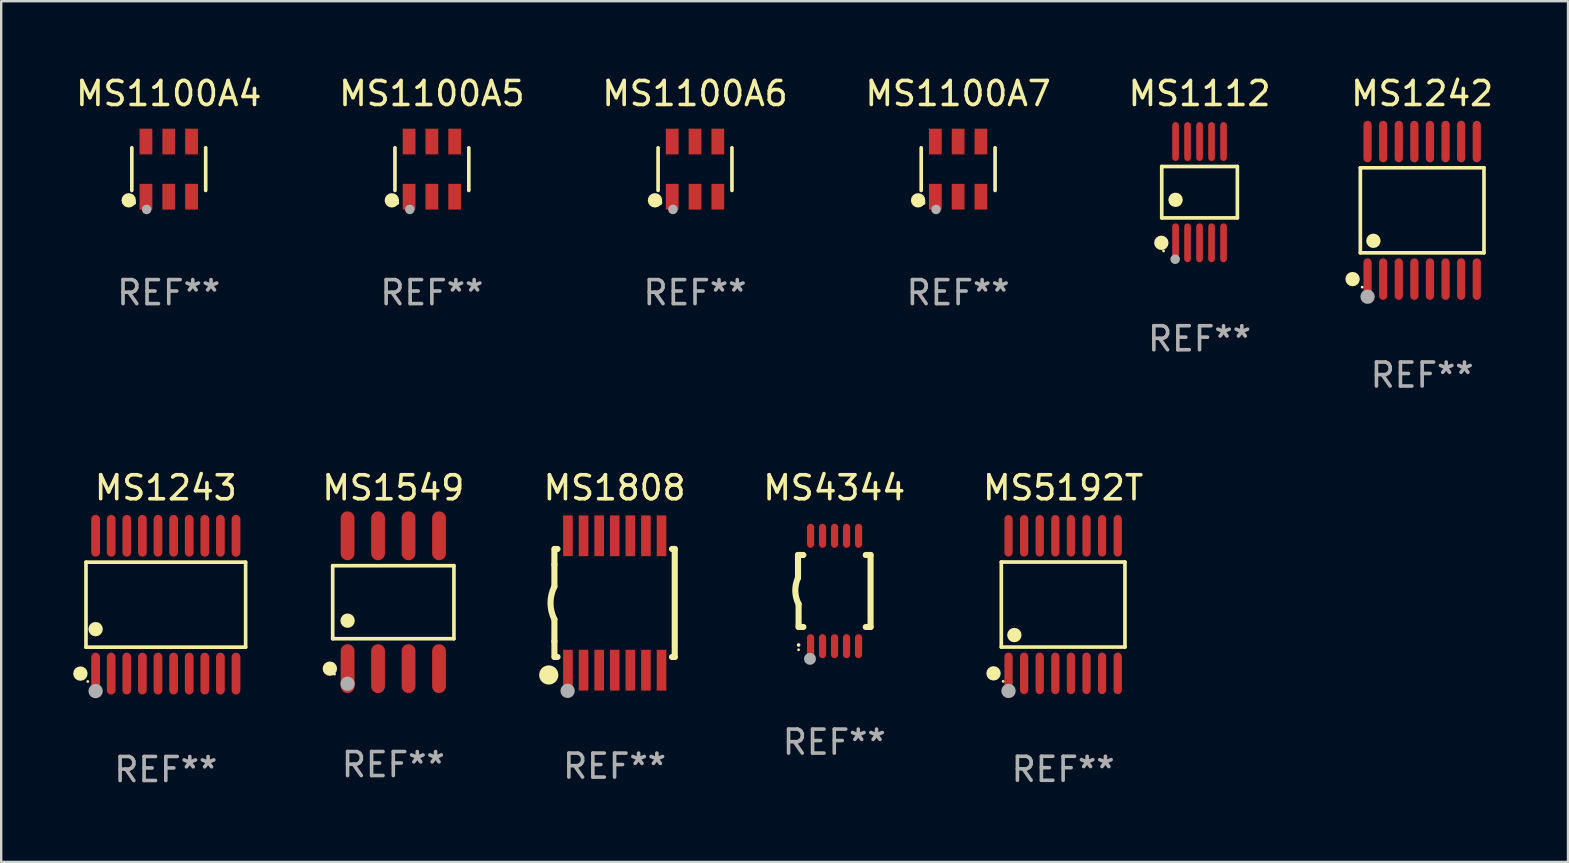
<source format=kicad_pcb>
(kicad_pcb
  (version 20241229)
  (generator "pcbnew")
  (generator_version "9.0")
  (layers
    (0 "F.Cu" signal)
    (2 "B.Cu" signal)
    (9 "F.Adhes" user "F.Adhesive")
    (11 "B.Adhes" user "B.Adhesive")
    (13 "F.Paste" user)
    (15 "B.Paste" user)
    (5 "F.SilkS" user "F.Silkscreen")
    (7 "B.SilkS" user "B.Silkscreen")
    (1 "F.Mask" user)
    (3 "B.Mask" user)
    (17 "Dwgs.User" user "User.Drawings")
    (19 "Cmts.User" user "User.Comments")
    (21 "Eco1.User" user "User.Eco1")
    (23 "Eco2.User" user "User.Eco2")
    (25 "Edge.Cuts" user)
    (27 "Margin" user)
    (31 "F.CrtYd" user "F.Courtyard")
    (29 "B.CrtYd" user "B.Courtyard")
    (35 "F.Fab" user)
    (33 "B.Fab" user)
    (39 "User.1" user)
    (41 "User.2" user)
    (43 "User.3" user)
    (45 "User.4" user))
  (footprint "MS1549"
    (layer "F.Cu")
    (at 13.339 22.044)
    (property "Reference" "MS1549" (at 0 -4.768 0) (layer "F.SilkS") (effects (font (size 1 1) (thickness 0.15))))
    (attr through_hole)
    (fp_line (start -2.526 -1.521) (end 2.526 -1.521) (stroke (width 0.152) (type solid)) (layer "F.SilkS"))
    (fp_line (start -2.526 1.521) (end -2.526 -1.521) (stroke (width 0.152) (type solid)) (layer "F.SilkS"))
    (fp_line (start 2.526 -1.521) (end 2.526 1.521) (stroke (width 0.152) (type solid)) (layer "F.SilkS"))
    (fp_line (start 2.526 1.521) (end -2.526 1.521) (stroke (width 0.152) (type solid)) (layer "F.SilkS"))
    (fp_circle (center -2.644 2.768) (end -2.494 2.768) (stroke (width 0.3) (type solid)) (fill no) (layer "F.SilkS"))
    (fp_circle (center -2.45 2.998) (end -2.42 2.998) (stroke (width 0.06) (type solid)) (fill no) (layer "F.SilkS"))
    (fp_circle (center -1.905 0.769) (end -1.755 0.769) (stroke (width 0.3) (type solid)) (fill no) (layer "F.SilkS"))
    (fp_circle (center -1.905 3.398) (end -1.755 3.398) (stroke (width 0.3) (type solid)) (fill no) (layer "F.Fab"))
    (fp_text user "REF**" (at 0 6.768 0) (layer "F.Fab") (effects (font (size 1 1) (thickness 0.15))))
    (pad "1" smd oval (at -1.905 2.768) (size 0.574 2.036) (layers "F.Cu" "F.Mask" "F.Paste"))
    (pad "2" smd oval (at -0.635 2.768) (size 0.574 2.036) (layers "F.Cu" "F.Mask" "F.Paste"))
    (pad "3" smd oval (at 0.635 2.768) (size 0.574 2.036) (layers "F.Cu" "F.Mask" "F.Paste"))
    (pad "4" smd oval (at 1.905 2.768) (size 0.574 2.036) (layers "F.Cu" "F.Mask" "F.Paste"))
    (pad "5" smd oval (at 1.905 -2.768) (size 0.574 2.036) (layers "F.Cu" "F.Mask" "F.Paste"))
    (pad "6" smd oval (at 0.635 -2.768) (size 0.574 2.036) (layers "F.Cu" "F.Mask" "F.Paste"))
    (pad "7" smd oval (at -0.635 -2.768) (size 0.574 2.036) (layers "F.Cu" "F.Mask" "F.Paste"))
    (pad "8" smd oval (at -1.905 -2.768) (size 0.574 2.036) (layers "F.Cu" "F.Mask" "F.Paste")))
  (footprint "MS1242"
    (layer "F.Cu")
    (at 56.211 5.714)
    (property "Reference" "MS1242" (at 0 -4.866 0) (layer "F.SilkS") (effects (font (size 1 1) (thickness 0.15))))
    (attr through_hole)
    (fp_line (start -2.576 -1.772) (end 2.576 -1.772) (stroke (width 0.152) (type solid)) (layer "F.SilkS"))
    (fp_line (start -2.576 1.771) (end -2.576 -1.772) (stroke (width 0.152) (type solid)) (layer "F.SilkS"))
    (fp_line (start 2.576 -1.772) (end 2.576 1.771) (stroke (width 0.152) (type solid)) (layer "F.SilkS"))
    (fp_line (start 2.576 1.771) (end -2.576 1.771) (stroke (width 0.152) (type solid)) (layer "F.SilkS"))
    (fp_circle (center -2.899 2.866) (end -2.749 2.866) (stroke (width 0.3) (type solid)) (fill no) (layer "F.SilkS"))
    (fp_circle (center -2.5 3.2) (end -2.47 3.2) (stroke (width 0.06) (type solid)) (fill no) (layer "F.SilkS"))
    (fp_circle (center -2.032 1.27) (end -1.882 1.27) (stroke (width 0.3) (type solid)) (fill no) (layer "F.SilkS"))
    (fp_circle (center -2.275 3.6) (end -2.125 3.6) (stroke (width 0.3) (type solid)) (fill no) (layer "F.Fab"))
    (fp_text user "REF**" (at 0 6.866 0) (layer "F.Fab") (effects (font (size 1 1) (thickness 0.15))))
    (pad "1" smd oval (at -2.275 2.866) (size 0.343 1.731) (layers "F.Cu" "F.Mask" "F.Paste"))
    (pad "2" smd oval (at -1.625 2.866) (size 0.343 1.731) (layers "F.Cu" "F.Mask" "F.Paste"))
    (pad "3" smd oval (at -0.975 2.866) (size 0.343 1.731) (layers "F.Cu" "F.Mask" "F.Paste"))
    (pad "4" smd oval (at -0.325 2.866) (size 0.343 1.731) (layers "F.Cu" "F.Mask" "F.Paste"))
    (pad "5" smd oval (at 0.325 2.866) (size 0.343 1.731) (layers "F.Cu" "F.Mask" "F.Paste"))
    (pad "6" smd oval (at 0.975 2.866) (size 0.343 1.731) (layers "F.Cu" "F.Mask" "F.Paste"))
    (pad "7" smd oval (at 1.625 2.866) (size 0.343 1.731) (layers "F.Cu" "F.Mask" "F.Paste"))
    (pad "8" smd oval (at 2.275 2.866) (size 0.343 1.731) (layers "F.Cu" "F.Mask" "F.Paste"))
    (pad "9" smd oval (at 2.275 -2.866) (size 0.343 1.731) (layers "F.Cu" "F.Mask" "F.Paste"))
    (pad "10" smd oval (at 1.625 -2.866) (size 0.343 1.731) (layers "F.Cu" "F.Mask" "F.Paste"))
    (pad "11" smd oval (at 0.975 -2.866) (size 0.343 1.731) (layers "F.Cu" "F.Mask" "F.Paste"))
    (pad "12" smd oval (at 0.325 -2.866) (size 0.343 1.731) (layers "F.Cu" "F.Mask" "F.Paste"))
    (pad "13" smd oval (at -0.325 -2.866) (size 0.343 1.731) (layers "F.Cu" "F.Mask" "F.Paste"))
    (pad "14" smd oval (at -0.975 -2.866) (size 0.343 1.731) (layers "F.Cu" "F.Mask" "F.Paste"))
    (pad "15" smd oval (at -1.625 -2.866) (size 0.343 1.731) (layers "F.Cu" "F.Mask" "F.Paste"))
    (pad "16" smd oval (at -2.275 -2.866) (size 0.343 1.731) (layers "F.Cu" "F.Mask" "F.Paste")))
  (footprint "MS1100A4"
    (layer "F.Cu")
    (at 3.982 3.997)
    (property "Reference" "MS1100A4" (at 0 -3.149 0) (layer "F.SilkS") (effects (font (size 1 1) (thickness 0.15))))
    (attr through_hole)
    (fp_line (start -1.539 0.889) (end -1.539 -0.889) (stroke (width 0.152) (type solid)) (layer "F.SilkS"))
    (fp_line (start 1.539 0.889) (end 1.539 -0.889) (stroke (width 0.152) (type solid)) (layer "F.SilkS"))
    (fp_circle (center -1.668 1.301) (end -1.518 1.301) (stroke (width 0.3) (type solid)) (fill no) (layer "F.SilkS"))
    (fp_circle (center -1.463 1.4) (end -1.413 1.4) (stroke (width 0.1) (type solid)) (fill no) (layer "F.SilkS"))
    (fp_circle (center -0.92 1.68) (end -0.82 1.68) (stroke (width 0.2) (type solid)) (fill no) (layer "F.Fab"))
    (fp_text user "REF**" (at 0 5.149 0) (layer "F.Fab") (effects (font (size 1 1) (thickness 0.15))))
    (pad "1" smd rect (at -0.95 1.149) (size 0.532 1.072) (layers "F.Cu" "F.Mask" "F.Paste"))
    (pad "2" smd rect (at 0 1.149) (size 0.532 1.072) (layers "F.Cu" "F.Mask" "F.Paste"))
    (pad "3" smd rect (at 0.95 1.149) (size 0.532 1.072) (layers "F.Cu" "F.Mask" "F.Paste"))
    (pad "4" smd rect (at 0.95 -1.149) (size 0.532 1.072) (layers "F.Cu" "F.Mask" "F.Paste"))
    (pad "5" smd rect (at 0 -1.149) (size 0.532 1.072) (layers "F.Cu" "F.Mask" "F.Paste"))
    (pad "6" smd rect (at -0.95 -1.149) (size 0.532 1.072) (layers "F.Cu" "F.Mask" "F.Paste")))
  (footprint "MS1100A7"
    (layer "F.Cu")
    (at 36.875 3.997)
    (property "Reference" "MS1100A7" (at 0 -3.149 0) (layer "F.SilkS") (effects (font (size 1 1) (thickness 0.15))))
    (attr through_hole)
    (fp_line (start -1.539 0.889) (end -1.539 -0.889) (stroke (width 0.152) (type solid)) (layer "F.SilkS"))
    (fp_line (start 1.539 0.889) (end 1.539 -0.889) (stroke (width 0.152) (type solid)) (layer "F.SilkS"))
    (fp_circle (center -1.668 1.301) (end -1.518 1.301) (stroke (width 0.3) (type solid)) (fill no) (layer "F.SilkS"))
    (fp_circle (center -1.463 1.4) (end -1.413 1.4) (stroke (width 0.1) (type solid)) (fill no) (layer "F.SilkS"))
    (fp_circle (center -0.92 1.68) (end -0.82 1.68) (stroke (width 0.2) (type solid)) (fill no) (layer "F.Fab"))
    (fp_text user "REF**" (at 0 5.149 0) (layer "F.Fab") (effects (font (size 1 1) (thickness 0.15))))
    (pad "1" smd rect (at -0.95 1.149) (size 0.532 1.072) (layers "F.Cu" "F.Mask" "F.Paste"))
    (pad "2" smd rect (at 0 1.149) (size 0.532 1.072) (layers "F.Cu" "F.Mask" "F.Paste"))
    (pad "3" smd rect (at 0.95 1.149) (size 0.532 1.072) (layers "F.Cu" "F.Mask" "F.Paste"))
    (pad "4" smd rect (at 0.95 -1.149) (size 0.532 1.072) (layers "F.Cu" "F.Mask" "F.Paste"))
    (pad "5" smd rect (at 0 -1.149) (size 0.532 1.072) (layers "F.Cu" "F.Mask" "F.Paste"))
    (pad "6" smd rect (at -0.95 -1.149) (size 0.532 1.072) (layers "F.Cu" "F.Mask" "F.Paste")))
  (footprint "MS5192T"
    (layer "F.Cu")
    (at 41.25 22.142)
    (property "Reference" "MS5192T" (at 0 -4.866 0) (layer "F.SilkS") (effects (font (size 1 1) (thickness 0.15))))
    (attr through_hole)
    (fp_line (start -2.576 -1.772) (end 2.576 -1.772) (stroke (width 0.152) (type solid)) (layer "F.SilkS"))
    (fp_line (start -2.576 1.771) (end -2.576 -1.772) (stroke (width 0.152) (type solid)) (layer "F.SilkS"))
    (fp_line (start 2.576 -1.772) (end 2.576 1.771) (stroke (width 0.152) (type solid)) (layer "F.SilkS"))
    (fp_line (start 2.576 1.771) (end -2.576 1.771) (stroke (width 0.152) (type solid)) (layer "F.SilkS"))
    (fp_circle (center -2.899 2.866) (end -2.749 2.866) (stroke (width 0.3) (type solid)) (fill no) (layer "F.SilkS"))
    (fp_circle (center -2.5 3.2) (end -2.47 3.2) (stroke (width 0.06) (type solid)) (fill no) (layer "F.SilkS"))
    (fp_circle (center -2.032 1.27) (end -1.882 1.27) (stroke (width 0.3) (type solid)) (fill no) (layer "F.SilkS"))
    (fp_circle (center -2.275 3.6) (end -2.125 3.6) (stroke (width 0.3) (type solid)) (fill no) (layer "F.Fab"))
    (fp_text user "REF**" (at 0 6.866 0) (layer "F.Fab") (effects (font (size 1 1) (thickness 0.15))))
    (pad "1" smd oval (at -2.275 2.866) (size 0.343 1.731) (layers "F.Cu" "F.Mask" "F.Paste"))
    (pad "2" smd oval (at -1.625 2.866) (size 0.343 1.731) (layers "F.Cu" "F.Mask" "F.Paste"))
    (pad "3" smd oval (at -0.975 2.866) (size 0.343 1.731) (layers "F.Cu" "F.Mask" "F.Paste"))
    (pad "4" smd oval (at -0.325 2.866) (size 0.343 1.731) (layers "F.Cu" "F.Mask" "F.Paste"))
    (pad "5" smd oval (at 0.325 2.866) (size 0.343 1.731) (layers "F.Cu" "F.Mask" "F.Paste"))
    (pad "6" smd oval (at 0.975 2.866) (size 0.343 1.731) (layers "F.Cu" "F.Mask" "F.Paste"))
    (pad "7" smd oval (at 1.625 2.866) (size 0.343 1.731) (layers "F.Cu" "F.Mask" "F.Paste"))
    (pad "8" smd oval (at 2.275 2.866) (size 0.343 1.731) (layers "F.Cu" "F.Mask" "F.Paste"))
    (pad "9" smd oval (at 2.275 -2.866) (size 0.343 1.731) (layers "F.Cu" "F.Mask" "F.Paste"))
    (pad "10" smd oval (at 1.625 -2.866) (size 0.343 1.731) (layers "F.Cu" "F.Mask" "F.Paste"))
    (pad "11" smd oval (at 0.975 -2.866) (size 0.343 1.731) (layers "F.Cu" "F.Mask" "F.Paste"))
    (pad "12" smd oval (at 0.325 -2.866) (size 0.343 1.731) (layers "F.Cu" "F.Mask" "F.Paste"))
    (pad "13" smd oval (at -0.325 -2.866) (size 0.343 1.731) (layers "F.Cu" "F.Mask" "F.Paste"))
    (pad "14" smd oval (at -0.975 -2.866) (size 0.343 1.731) (layers "F.Cu" "F.Mask" "F.Paste"))
    (pad "15" smd oval (at -1.625 -2.866) (size 0.343 1.731) (layers "F.Cu" "F.Mask" "F.Paste"))
    (pad "16" smd oval (at -2.275 -2.866) (size 0.343 1.731) (layers "F.Cu" "F.Mask" "F.Paste")))
  (footprint "MS1100A6"
    (layer "F.Cu")
    (at 25.911 3.997)
    (property "Reference" "MS1100A6" (at 0 -3.149 0) (layer "F.SilkS") (effects (font (size 1 1) (thickness 0.15))))
    (attr through_hole)
    (fp_line (start -1.539 0.889) (end -1.539 -0.889) (stroke (width 0.152) (type solid)) (layer "F.SilkS"))
    (fp_line (start 1.539 0.889) (end 1.539 -0.889) (stroke (width 0.152) (type solid)) (layer "F.SilkS"))
    (fp_circle (center -1.668 1.301) (end -1.518 1.301) (stroke (width 0.3) (type solid)) (fill no) (layer "F.SilkS"))
    (fp_circle (center -1.463 1.4) (end -1.413 1.4) (stroke (width 0.1) (type solid)) (fill no) (layer "F.SilkS"))
    (fp_circle (center -0.92 1.68) (end -0.82 1.68) (stroke (width 0.2) (type solid)) (fill no) (layer "F.Fab"))
    (fp_text user "REF**" (at 0 5.149 0) (layer "F.Fab") (effects (font (size 1 1) (thickness 0.15))))
    (pad "1" smd rect (at -0.95 1.149) (size 0.532 1.072) (layers "F.Cu" "F.Mask" "F.Paste"))
    (pad "2" smd rect (at 0 1.149) (size 0.532 1.072) (layers "F.Cu" "F.Mask" "F.Paste"))
    (pad "3" smd rect (at 0.95 1.149) (size 0.532 1.072) (layers "F.Cu" "F.Mask" "F.Paste"))
    (pad "4" smd rect (at 0.95 -1.149) (size 0.532 1.072) (layers "F.Cu" "F.Mask" "F.Paste"))
    (pad "5" smd rect (at 0 -1.149) (size 0.532 1.072) (layers "F.Cu" "F.Mask" "F.Paste"))
    (pad "6" smd rect (at -0.95 -1.149) (size 0.532 1.072) (layers "F.Cu" "F.Mask" "F.Paste")))
  (footprint "MS1243"
    (layer "F.Cu")
    (at 3.859 22.147)
    (property "Reference" "MS1243" (at 0 -4.871 0) (layer "F.SilkS") (effects (font (size 1 1) (thickness 0.15))))
    (attr through_hole)
    (fp_line (start -3.326 -1.771) (end 3.326 -1.771) (stroke (width 0.152) (type solid)) (layer "F.SilkS"))
    (fp_line (start -3.326 1.771) (end -3.326 -1.771) (stroke (width 0.152) (type solid)) (layer "F.SilkS"))
    (fp_line (start 3.326 -1.771) (end 3.326 1.771) (stroke (width 0.152) (type solid)) (layer "F.SilkS"))
    (fp_line (start 3.326 1.771) (end -3.326 1.771) (stroke (width 0.152) (type solid)) (layer "F.SilkS"))
    (fp_circle (center -3.559 2.871) (end -3.409 2.871) (stroke (width 0.3) (type solid)) (fill no) (layer "F.SilkS"))
    (fp_circle (center -3.25 3.2) (end -3.22 3.2) (stroke (width 0.06) (type solid)) (fill no) (layer "F.SilkS"))
    (fp_circle (center -2.925 1.019) (end -2.775 1.019) (stroke (width 0.3) (type solid)) (fill no) (layer "F.SilkS"))
    (fp_circle (center -2.925 3.6) (end -2.775 3.6) (stroke (width 0.3) (type solid)) (fill no) (layer "F.Fab"))
    (fp_text user "REF**" (at 0 6.871 0) (layer "F.Fab") (effects (font (size 1 1) (thickness 0.15))))
    (pad "1" smd oval (at -2.925 2.871) (size 0.364 1.742) (layers "F.Cu" "F.Mask" "F.Paste"))
    (pad "2" smd oval (at -2.275 2.871) (size 0.364 1.742) (layers "F.Cu" "F.Mask" "F.Paste"))
    (pad "3" smd oval (at -1.625 2.871) (size 0.364 1.742) (layers "F.Cu" "F.Mask" "F.Paste"))
    (pad "4" smd oval (at -0.975 2.871) (size 0.364 1.742) (layers "F.Cu" "F.Mask" "F.Paste"))
    (pad "5" smd oval (at -0.325 2.871) (size 0.364 1.742) (layers "F.Cu" "F.Mask" "F.Paste"))
    (pad "6" smd oval (at 0.325 2.871) (size 0.364 1.742) (layers "F.Cu" "F.Mask" "F.Paste"))
    (pad "7" smd oval (at 0.975 2.871) (size 0.364 1.742) (layers "F.Cu" "F.Mask" "F.Paste"))
    (pad "8" smd oval (at 1.625 2.871) (size 0.364 1.742) (layers "F.Cu" "F.Mask" "F.Paste"))
    (pad "9" smd oval (at 2.275 2.871) (size 0.364 1.742) (layers "F.Cu" "F.Mask" "F.Paste"))
    (pad "10" smd oval (at 2.925 2.871) (size 0.364 1.742) (layers "F.Cu" "F.Mask" "F.Paste"))
    (pad "11" smd oval (at 2.925 -2.871) (size 0.364 1.742) (layers "F.Cu" "F.Mask" "F.Paste"))
    (pad "12" smd oval (at 2.275 -2.871) (size 0.364 1.742) (layers "F.Cu" "F.Mask" "F.Paste"))
    (pad "13" smd oval (at 1.625 -2.871) (size 0.364 1.742) (layers "F.Cu" "F.Mask" "F.Paste"))
    (pad "14" smd oval (at 0.975 -2.871) (size 0.364 1.742) (layers "F.Cu" "F.Mask" "F.Paste"))
    (pad "15" smd oval (at 0.325 -2.871) (size 0.364 1.742) (layers "F.Cu" "F.Mask" "F.Paste"))
    (pad "16" smd oval (at -0.325 -2.871) (size 0.364 1.742) (layers "F.Cu" "F.Mask" "F.Paste"))
    (pad "17" smd oval (at -0.975 -2.871) (size 0.364 1.742) (layers "F.Cu" "F.Mask" "F.Paste"))
    (pad "18" smd oval (at -1.625 -2.871) (size 0.364 1.742) (layers "F.Cu" "F.Mask" "F.Paste"))
    (pad "19" smd oval (at -2.275 -2.871) (size 0.364 1.742) (layers "F.Cu" "F.Mask" "F.Paste"))
    (pad "20" smd oval (at -2.925 -2.871) (size 0.364 1.742) (layers "F.Cu" "F.Mask" "F.Paste")))
  (footprint "MS1112"
    (layer "F.Cu")
    (at 46.935 4.958)
    (property "Reference" "MS1112" (at 0 -4.11 0) (layer "F.SilkS") (effects (font (size 1 1) (thickness 0.15))))
    (attr through_hole)
    (fp_line (start -1.576 -1.071) (end 1.576 -1.071) (stroke (width 0.152) (type solid)) (layer "F.SilkS"))
    (fp_line (start -1.576 1.071) (end -1.576 -1.071) (stroke (width 0.152) (type solid)) (layer "F.SilkS"))
    (fp_line (start 1.576 -1.071) (end 1.576 1.071) (stroke (width 0.152) (type solid)) (layer "F.SilkS"))
    (fp_line (start 1.576 1.071) (end -1.576 1.071) (stroke (width 0.152) (type solid)) (layer "F.SilkS"))
    (fp_circle (center -1.592 2.11) (end -1.442 2.11) (stroke (width 0.3) (type solid)) (fill no) (layer "F.SilkS"))
    (fp_circle (center -1.5 2.45) (end -1.47 2.45) (stroke (width 0.06) (type solid)) (fill no) (layer "F.SilkS"))
    (fp_circle (center -1 0.319) (end -0.85 0.319) (stroke (width 0.3) (type solid)) (fill no) (layer "F.SilkS"))
    (fp_circle (center -1.016 2.794) (end -0.916 2.794) (stroke (width 0.2) (type solid)) (fill no) (layer "F.Fab"))
    (fp_text user "REF**" (at 0 6.11 0) (layer "F.Fab") (effects (font (size 1 1) (thickness 0.15))))
    (pad "1" smd oval (at -1 2.11) (size 0.28 1.62) (layers "F.Cu" "F.Mask" "F.Paste"))
    (pad "2" smd oval (at -0.5 2.11) (size 0.28 1.62) (layers "F.Cu" "F.Mask" "F.Paste"))
    (pad "3" smd oval (at 0 2.11) (size 0.28 1.62) (layers "F.Cu" "F.Mask" "F.Paste"))
    (pad "4" smd oval (at 0.5 2.11) (size 0.28 1.62) (layers "F.Cu" "F.Mask" "F.Paste"))
    (pad "5" smd oval (at 1 2.11) (size 0.28 1.62) (layers "F.Cu" "F.Mask" "F.Paste"))
    (pad "6" smd oval (at 1 -2.11) (size 0.28 1.62) (layers "F.Cu" "F.Mask" "F.Paste"))
    (pad "7" smd oval (at 0.5 -2.11) (size 0.28 1.62) (layers "F.Cu" "F.Mask" "F.Paste"))
    (pad "8" smd oval (at 0 -2.11) (size 0.28 1.62) (layers "F.Cu" "F.Mask" "F.Paste"))
    (pad "9" smd oval (at -0.5 -2.11) (size 0.28 1.62) (layers "F.Cu" "F.Mask" "F.Paste"))
    (pad "10" smd oval (at -1 -2.11) (size 0.28 1.62) (layers "F.Cu" "F.Mask" "F.Paste")))
  (footprint "MS1100A5"
    (layer "F.Cu")
    (at 14.946 3.997)
    (property "Reference" "MS1100A5" (at 0 -3.149 0) (layer "F.SilkS") (effects (font (size 1 1) (thickness 0.15))))
    (attr through_hole)
    (fp_line (start -1.539 0.889) (end -1.539 -0.889) (stroke (width 0.152) (type solid)) (layer "F.SilkS"))
    (fp_line (start 1.539 0.889) (end 1.539 -0.889) (stroke (width 0.152) (type solid)) (layer "F.SilkS"))
    (fp_circle (center -1.668 1.301) (end -1.518 1.301) (stroke (width 0.3) (type solid)) (fill no) (layer "F.SilkS"))
    (fp_circle (center -1.463 1.4) (end -1.413 1.4) (stroke (width 0.1) (type solid)) (fill no) (layer "F.SilkS"))
    (fp_circle (center -0.92 1.68) (end -0.82 1.68) (stroke (width 0.2) (type solid)) (fill no) (layer "F.Fab"))
    (fp_text user "REF**" (at 0 5.149 0) (layer "F.Fab") (effects (font (size 1 1) (thickness 0.15))))
    (pad "1" smd rect (at -0.95 1.149) (size 0.532 1.072) (layers "F.Cu" "F.Mask" "F.Paste"))
    (pad "2" smd rect (at 0 1.149) (size 0.532 1.072) (layers "F.Cu" "F.Mask" "F.Paste"))
    (pad "3" smd rect (at 0.95 1.149) (size 0.532 1.072) (layers "F.Cu" "F.Mask" "F.Paste"))
    (pad "4" smd rect (at 0.95 -1.149) (size 0.532 1.072) (layers "F.Cu" "F.Mask" "F.Paste"))
    (pad "5" smd rect (at 0 -1.149) (size 0.532 1.072) (layers "F.Cu" "F.Mask" "F.Paste"))
    (pad "6" smd rect (at -0.95 -1.149) (size 0.532 1.072) (layers "F.Cu" "F.Mask" "F.Paste")))
  (footprint "MS1808"
    (layer "F.Cu")
    (at 22.559 22.076)
    (property "Reference" "MS1808" (at 0 -4.8 0) (layer "F.SilkS") (effects (font (size 1 1) (thickness 0.15))))
    (attr through_hole)
    (fp_line (start -2.507 -1.6) (end -2.507 -2.25) (stroke (width 0.254) (type solid)) (layer "F.SilkS"))
    (fp_line (start -2.507 -0.686) (end -2.507 -1.6) (stroke (width 0.254) (type solid)) (layer "F.SilkS"))
    (fp_line (start -2.507 1.6) (end -2.507 0.686) (stroke (width 0.254) (type solid)) (layer "F.SilkS"))
    (fp_line (start -2.507 1.6) (end -2.507 2.25) (stroke (width 0.254) (type solid)) (layer "F.SilkS"))
    (fp_line (start -2.493 -2.25) (end -2.377 -2.25) (stroke (width 0.254) (type solid)) (layer "F.SilkS"))
    (fp_line (start -2.377 2.25) (end -2.493 2.25) (stroke (width 0.254) (type solid)) (layer "F.SilkS"))
    (fp_line (start 2.392 -2.25) (end 2.507 -2.25) (stroke (width 0.254) (type solid)) (layer "F.SilkS"))
    (fp_line (start 2.507 -2.25) (end 2.507 2.25) (stroke (width 0.254) (type solid)) (layer "F.SilkS"))
    (fp_line (start 2.507 2.25) (end 2.392 2.25) (stroke (width 0.254) (type solid)) (layer "F.SilkS"))
    (fp_arc (start -2.507303 0.685802) (mid -2.669199 0) (end -2.507303 -0.685801) (stroke (width 0.254001) (type solid)) (layer "F.SilkS"))
    (fp_circle (center -2.743 3) (end -2.543 3) (stroke (width 0.4) (type solid)) (fill no) (layer "F.SilkS"))
    (fp_circle (center -2.493 3.2) (end -2.463 3.2) (stroke (width 0.06) (type solid)) (fill no) (layer "F.SilkS"))
    (fp_circle (center -1.957 3.662) (end -1.807 3.662) (stroke (width 0.3) (type solid)) (fill no) (layer "F.Fab"))
    (fp_text user "REF**" (at 0 6.8 0) (layer "F.Fab") (effects (font (size 1 1) (thickness 0.15))))
    (pad "1" smd rect (at -1.943 2.8) (size 0.4 1.7) (layers "F.Cu" "F.Mask" "F.Paste"))
    (pad "2" smd rect (at -1.293 2.8) (size 0.4 1.7) (layers "F.Cu" "F.Mask" "F.Paste"))
    (pad "3" smd rect (at -0.643 2.8) (size 0.4 1.7) (layers "F.Cu" "F.Mask" "F.Paste"))
    (pad "4" smd rect (at 0.007 2.8) (size 0.4 1.7) (layers "F.Cu" "F.Mask" "F.Paste"))
    (pad "5" smd rect (at 0.657 2.8) (size 0.4 1.7) (layers "F.Cu" "F.Mask" "F.Paste"))
    (pad "6" smd rect (at 1.307 2.8) (size 0.4 1.7) (layers "F.Cu" "F.Mask" "F.Paste"))
    (pad "7" smd rect (at 1.957 2.8) (size 0.4 1.7) (layers "F.Cu" "F.Mask" "F.Paste"))
    (pad "8" smd rect (at 1.957 -2.8) (size 0.4 1.7) (layers "F.Cu" "F.Mask" "F.Paste"))
    (pad "9" smd rect (at 1.307 -2.8) (size 0.4 1.7) (layers "F.Cu" "F.Mask" "F.Paste"))
    (pad "10" smd rect (at 0.657 -2.8) (size 0.4 1.7) (layers "F.Cu" "F.Mask" "F.Paste"))
    (pad "11" smd rect (at 0.007 -2.8) (size 0.4 1.7) (layers "F.Cu" "F.Mask" "F.Paste"))
    (pad "12" smd rect (at -0.643 -2.8) (size 0.4 1.7) (layers "F.Cu" "F.Mask" "F.Paste"))
    (pad "13" smd rect (at -1.293 -2.8) (size 0.4 1.7) (layers "F.Cu" "F.Mask" "F.Paste"))
    (pad "14" smd rect (at -1.943 -2.8) (size 0.4 1.7) (layers "F.Cu" "F.Mask" "F.Paste")))
  (footprint "MS4344"
    (layer "F.Cu")
    (at 31.714 21.576)
    (property "Reference" "MS4344" (at 0 -4.3 0) (layer "F.SilkS") (effects (font (size 1 1) (thickness 0.15))))
    (attr through_hole)
    (fp_line (start -1.512 -1.5) (end -1.512 -0.546) (stroke (width 0.254) (type solid)) (layer "F.SilkS"))
    (fp_line (start -1.487 0.546) (end -1.487 1.5) (stroke (width 0.254) (type solid)) (layer "F.SilkS"))
    (fp_line (start -1.288 -1.5) (end -1.512 -1.5) (stroke (width 0.254) (type solid)) (layer "F.SilkS"))
    (fp_line (start -1.288 1.5) (end -1.487 1.5) (stroke (width 0.254) (type solid)) (layer "F.SilkS"))
    (fp_line (start 1.512 -1.5) (end 1.312 -1.5) (stroke (width 0.254) (type solid)) (layer "F.SilkS"))
    (fp_line (start 1.512 -1.5) (end 1.512 1.5) (stroke (width 0.254) (type solid)) (layer "F.SilkS"))
    (fp_line (start 1.512 1.5) (end 1.312 1.5) (stroke (width 0.254) (type solid)) (layer "F.SilkS"))
    (fp_arc (start -1.487998 2.250013) (mid -1.486728 2.250007) (end -1.485458 2.250013) (stroke (width 0.150013) (type solid)) (layer "F.SilkS"))
    (fp_arc (start -1.486602 0.546102) (mid -1.624196 0.002905) (end -1.512002 -0.546101) (stroke (width 0.254001) (type solid)) (layer "F.SilkS"))
    (fp_circle (center -1.488 2.45) (end -1.458 2.45) (stroke (width 0.06) (type solid)) (fill no) (layer "F.SilkS"))
    (fp_circle (center -1.012 2.828) (end -0.887 2.828) (stroke (width 0.25) (type solid)) (fill no) (layer "F.Fab"))
    (fp_text user "REF**" (at 0 6.3 0) (layer "F.Fab") (effects (font (size 1 1) (thickness 0.15))))
    (pad "1" smd oval (at -0.988 2.3) (size 0.3 1) (layers "F.Cu" "F.Mask" "F.Paste"))
    (pad "2" smd oval (at -0.488 2.3) (size 0.3 1) (layers "F.Cu" "F.Mask" "F.Paste"))
    (pad "3" smd oval (at 0.012 2.3) (size 0.3 1) (layers "F.Cu" "F.Mask" "F.Paste"))
    (pad "4" smd oval (at 0.512 2.3) (size 0.3 1) (layers "F.Cu" "F.Mask" "F.Paste"))
    (pad "5" smd oval (at 1.012 2.3) (size 0.3 1) (layers "F.Cu" "F.Mask" "F.Paste"))
    (pad "6" smd oval (at 1.012 -2.3) (size 0.3 1) (layers "F.Cu" "F.Mask" "F.Paste"))
    (pad "7" smd oval (at 0.512 -2.3) (size 0.3 1) (layers "F.Cu" "F.Mask" "F.Paste"))
    (pad "8" smd oval (at 0.012 -2.3) (size 0.3 1) (layers "F.Cu" "F.Mask" "F.Paste"))
    (pad "9" smd oval (at -0.488 -2.3) (size 0.3 1) (layers "F.Cu" "F.Mask" "F.Paste"))
    (pad "10" smd oval (at -0.988 -2.3) (size 0.3 1) (layers "F.Cu" "F.Mask" "F.Paste")))
  (gr_rect
    (start -3 -3)
    (end 62.288 32.866)
    (stroke (width 0.1) (type default))
    (fill no)
    (layer "Edge.Cuts")))
</source>
